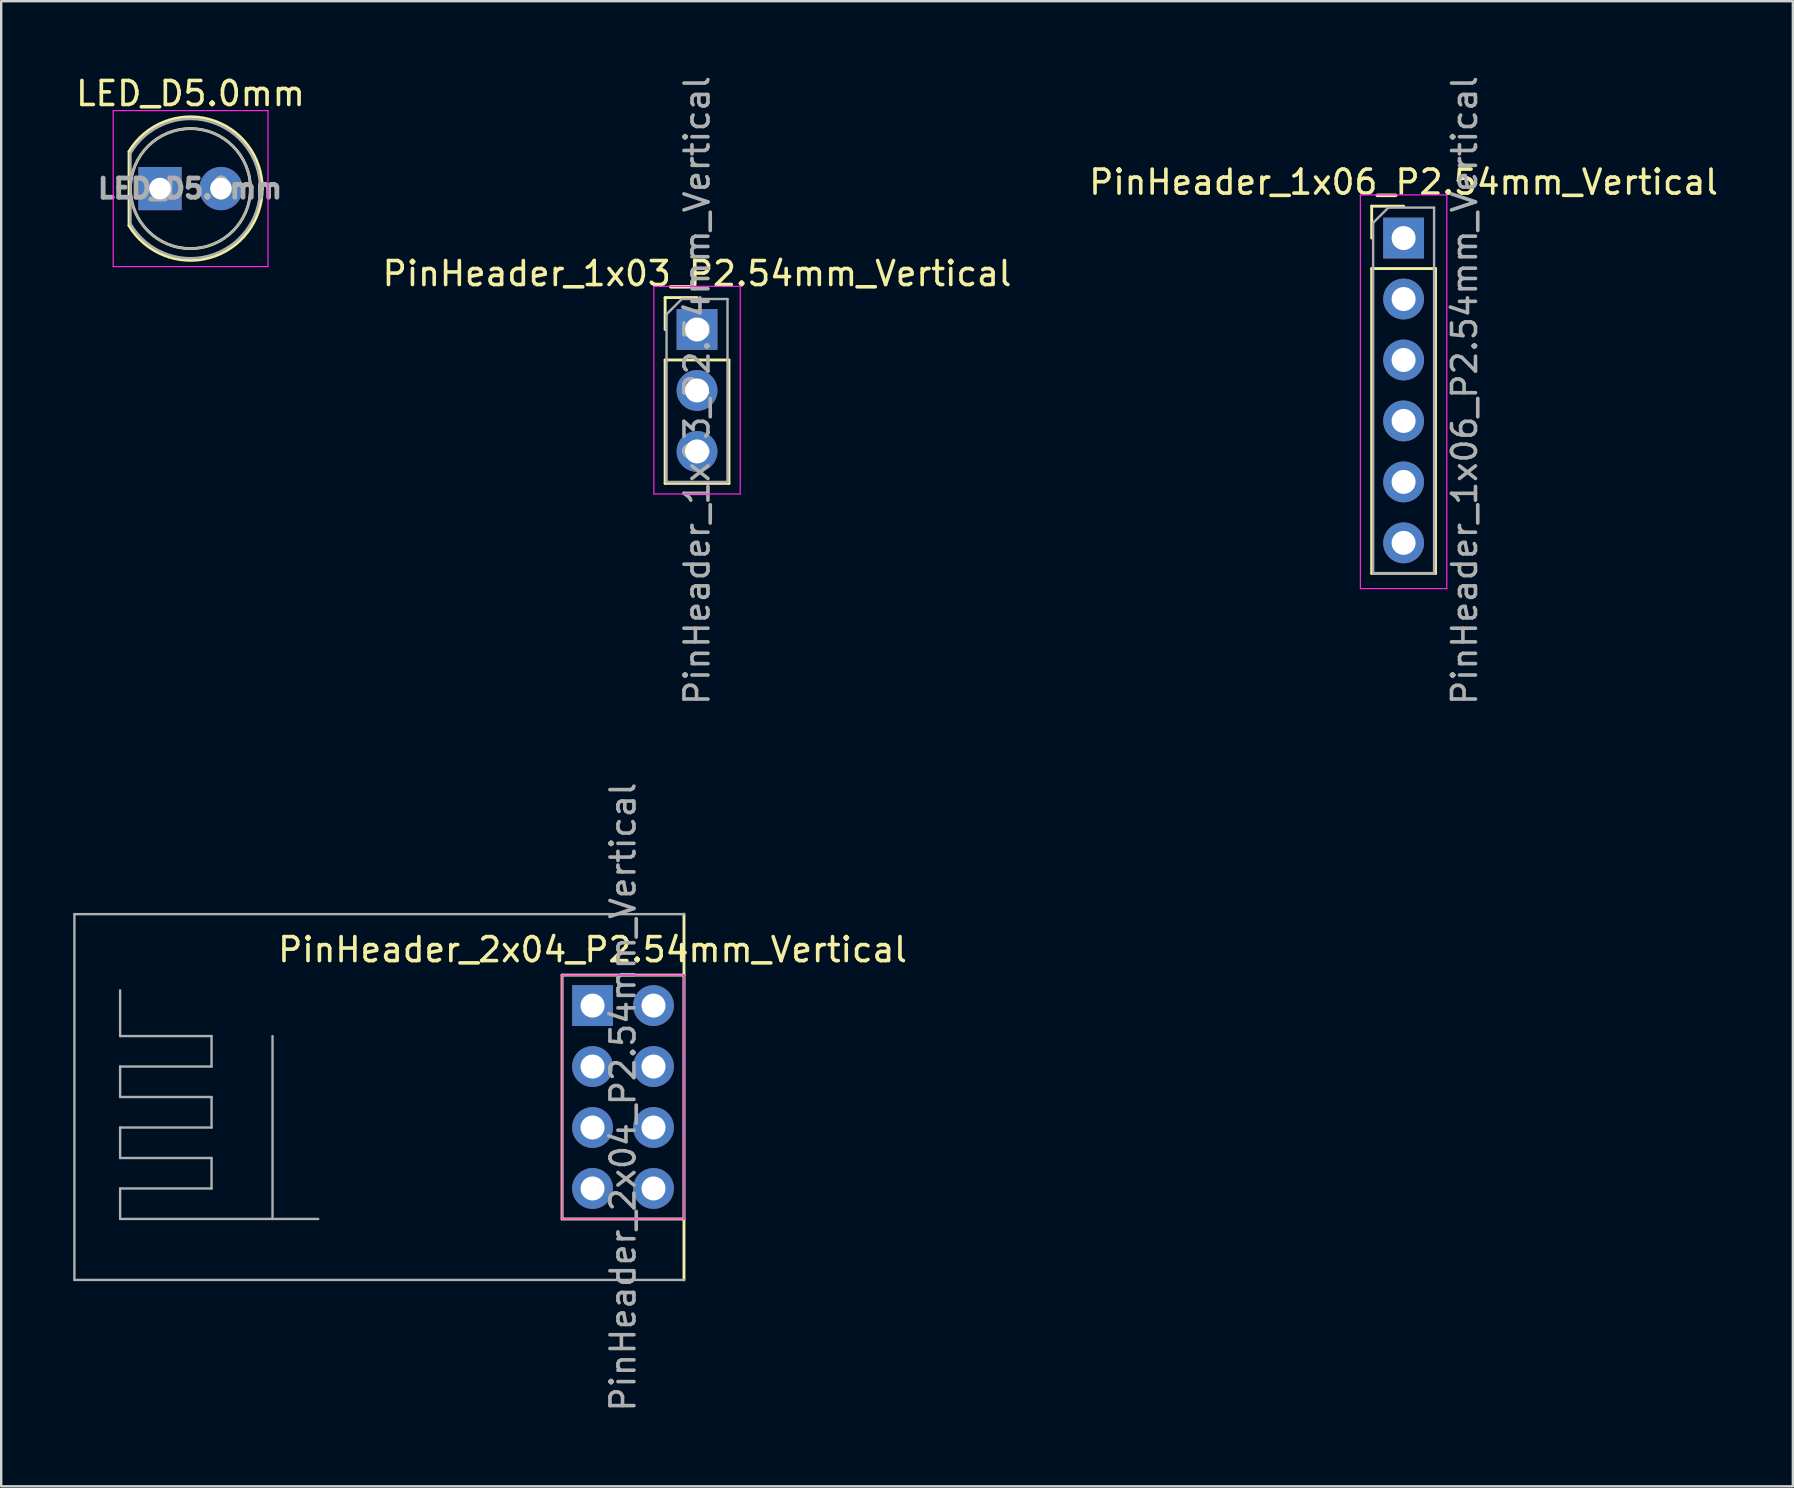
<source format=kicad_pcb>
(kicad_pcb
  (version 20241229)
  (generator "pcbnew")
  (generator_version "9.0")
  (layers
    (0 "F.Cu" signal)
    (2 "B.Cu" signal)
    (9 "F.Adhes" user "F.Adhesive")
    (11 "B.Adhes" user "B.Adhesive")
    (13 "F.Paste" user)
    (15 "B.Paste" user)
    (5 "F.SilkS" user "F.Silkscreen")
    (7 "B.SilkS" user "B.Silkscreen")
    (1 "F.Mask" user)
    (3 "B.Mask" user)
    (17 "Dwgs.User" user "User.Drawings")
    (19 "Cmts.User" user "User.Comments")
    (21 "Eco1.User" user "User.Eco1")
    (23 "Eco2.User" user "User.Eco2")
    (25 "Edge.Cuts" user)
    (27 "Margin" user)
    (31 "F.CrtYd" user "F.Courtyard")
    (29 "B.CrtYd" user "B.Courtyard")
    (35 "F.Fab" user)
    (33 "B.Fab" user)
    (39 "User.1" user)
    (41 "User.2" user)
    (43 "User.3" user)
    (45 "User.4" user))
  (footprint "PinHeader_1x06_P2.54mm_Vertical"
    (layer "F.Cu")
    (at 55.435 6.87)
    (property "Reference" "PinHeader_1x06_P2.54mm_Vertical" (at 0 -2.33 0) (layer "F.SilkS") (effects (font (size 1 1) (thickness 0.15))))
    (attr through_hole)
    (fp_line (start -1.33 -1.33) (end 0 -1.33) (stroke (width 0.12) (type solid)) (layer "F.SilkS"))
    (fp_line (start -1.33 0) (end -1.33 -1.33) (stroke (width 0.12) (type solid)) (layer "F.SilkS"))
    (fp_line (start -1.33 1.27) (end -1.33 13.97) (stroke (width 0.12) (type solid)) (layer "F.SilkS"))
    (fp_line (start -1.33 1.27) (end 1.33 1.27) (stroke (width 0.12) (type solid)) (layer "F.SilkS"))
    (fp_line (start -1.33 13.97) (end 1.33 13.97) (stroke (width 0.12) (type solid)) (layer "F.SilkS"))
    (fp_line (start 1.33 1.27) (end 1.33 13.97) (stroke (width 0.12) (type solid)) (layer "F.SilkS"))
    (fp_line (start -1.8 -1.8) (end -1.8 14.605) (stroke (width 0.05) (type solid)) (layer "F.CrtYd"))
    (fp_line (start -1.8 14.605) (end 1.8 14.605) (stroke (width 0.05) (type solid)) (layer "F.CrtYd"))
    (fp_line (start 1.8 -1.8) (end -1.8 -1.8) (stroke (width 0.05) (type solid)) (layer "F.CrtYd"))
    (fp_line (start 1.8 14.605) (end 1.8 -1.8) (stroke (width 0.05) (type solid)) (layer "F.CrtYd"))
    (fp_line (start -1.27 -0.635) (end -0.635 -1.27) (stroke (width 0.1) (type solid)) (layer "F.Fab"))
    (fp_line (start -1.27 13.97) (end -1.27 -0.635) (stroke (width 0.1) (type solid)) (layer "F.Fab"))
    (fp_line (start -0.635 -1.27) (end 1.27 -1.27) (stroke (width 0.1) (type solid)) (layer "F.Fab"))
    (fp_line (start 1.27 -1.27) (end 1.27 13.97) (stroke (width 0.1) (type solid)) (layer "F.Fab"))
    (fp_line (start 1.27 13.97) (end -1.27 13.97) (stroke (width 0.1) (type solid)) (layer "F.Fab"))
    (fp_text user "${REFERENCE}" (at 2.54 6.35 90) (layer "F.Fab") (effects (font (size 1 1) (thickness 0.15))))
    (pad "1" thru_hole rect (at 0 0) (size 1.7 1.7) (drill 1) (layers "*.Cu" "*.Mask"))
    (pad "2" thru_hole oval (at 0 2.54) (size 1.7 1.7) (drill 1) (layers "*.Cu" "*.Mask"))
    (pad "3" thru_hole oval (at 0 5.08) (size 1.7 1.7) (drill 1) (layers "*.Cu" "*.Mask"))
    (pad "4" thru_hole oval (at 0 7.62) (size 1.7 1.7) (drill 1) (layers "*.Cu" "*.Mask"))
    (pad "5" thru_hole oval (at 0 10.16) (size 1.7 1.7) (drill 1) (layers "*.Cu" "*.Mask"))
    (pad "6" thru_hole oval (at 0 12.7) (size 1.7 1.7) (drill 1) (layers "*.Cu" "*.Mask")))
  (footprint "LED_D5.0mm"
    (layer "F.Cu")
    (at 3.617 4.808)
    (property "Reference" "LED_D5.0mm" (at 1.27 -3.96 0) (layer "F.SilkS") (effects (font (size 1 1) (thickness 0.15))))
    (attr through_hole)
    (fp_line (start -1.29 -1.545) (end -1.29 1.545) (stroke (width 0.12) (type solid)) (layer "F.SilkS"))
    (fp_arc (start -1.29 -1.54483) (mid 2.072002 -2.880433) (end 4.26 0.000462) (stroke (width 0.12) (type solid)) (layer "F.SilkS"))
    (fp_arc (start 4.26 -0.000462) (mid 2.072002 2.880433) (end -1.29 1.54483) (stroke (width 0.12) (type solid)) (layer "F.SilkS"))
    (fp_circle (center 1.27 0) (end 3.77 0) (stroke (width 0.12) (type solid)) (fill no) (layer "F.SilkS"))
    (fp_line (start -1.95 -3.25) (end -1.95 3.25) (stroke (width 0.05) (type solid)) (layer "F.CrtYd"))
    (fp_line (start -1.95 3.25) (end 4.5 3.25) (stroke (width 0.05) (type solid)) (layer "F.CrtYd"))
    (fp_line (start 4.5 -3.25) (end -1.95 -3.25) (stroke (width 0.05) (type solid)) (layer "F.CrtYd"))
    (fp_line (start 4.5 3.25) (end 4.5 -3.25) (stroke (width 0.05) (type solid)) (layer "F.CrtYd"))
    (fp_line (start -1.23 -1.47) (end -1.23 1.47) (stroke (width 0.1) (type solid)) (layer "F.Fab"))
    (fp_arc (start -1.23 -1.469694) (mid 4.17 0.000016) (end -1.230016 1.469666) (stroke (width 0.1) (type solid)) (layer "F.Fab"))
    (fp_circle (center 1.27 0) (end 3.77 0) (stroke (width 0.1) (type solid)) (fill no) (layer "F.Fab"))
    (fp_text user "${REFERENCE}" (at 1.25 0 0) (layer "F.Fab") (effects (font (size 0.8 0.8) (thickness 0.2))))
    (pad "1" thru_hole rect (at 0 0) (size 1.8 1.8) (drill 0.9) (layers "*.Cu" "*.Mask"))
    (pad "2" thru_hole circle (at 2.54 0) (size 1.8 1.8) (drill 0.9) (layers "*.Cu" "*.Mask")))
  (footprint "PinHeader_2x04_P2.54mm_Vertical"
    (layer "F.Cu")
    (at 21.64 38.851)
    (property "Reference" "PinHeader_2x04_P2.54mm_Vertical" (at 0 -2.33 0) (layer "F.SilkS") (effects (font (size 1 1) (thickness 0.15))))
    (attr through_hole)
    (fp_line (start -1.27 -1.27) (end -1.27 8.89) (stroke (width 0.12) (type solid)) (layer "F.SilkS"))
    (fp_line (start -1.27 -1.27) (end 3.81 -1.27) (stroke (width 0.12) (type solid)) (layer "F.SilkS"))
    (fp_line (start -1.27 8.89) (end 3.81 8.89) (stroke (width 0.12) (type solid)) (layer "F.SilkS"))
    (fp_line (start 3.81 -3.81) (end 3.81 11.43) (stroke (width 0.12) (type solid)) (layer "F.SilkS"))
    (fp_line (start -1.27 -1.27) (end -1.27 8.89) (stroke (width 0.05) (type solid)) (layer "F.CrtYd"))
    (fp_line (start -1.27 8.89) (end 3.81 8.89) (stroke (width 0.05) (type solid)) (layer "F.CrtYd"))
    (fp_line (start 3.81 -1.27) (end -1.27 -1.27) (stroke (width 0.05) (type solid)) (layer "F.CrtYd"))
    (fp_line (start 3.81 8.89) (end 3.81 -1.27) (stroke (width 0.05) (type solid)) (layer "F.CrtYd"))
    (fp_line (start -21.59 -3.81) (end 3.81 -3.81) (stroke (width 0.1) (type solid)) (layer "F.Fab"))
    (fp_line (start -21.59 11.43) (end -21.59 -3.81) (stroke (width 0.1) (type solid)) (layer "F.Fab"))
    (fp_line (start -19.685 1.27) (end -19.685 -0.635) (stroke (width 0.1) (type default)) (layer "F.Fab"))
    (fp_line (start -19.685 2.54) (end -15.875 2.54) (stroke (width 0.1) (type default)) (layer "F.Fab"))
    (fp_line (start -19.685 3.81) (end -19.685 2.54) (stroke (width 0.1) (type default)) (layer "F.Fab"))
    (fp_line (start -19.685 5.08) (end -15.875 5.08) (stroke (width 0.1) (type default)) (layer "F.Fab"))
    (fp_line (start -19.685 6.35) (end -19.685 5.08) (stroke (width 0.1) (type default)) (layer "F.Fab"))
    (fp_line (start -19.685 7.62) (end -15.875 7.62) (stroke (width 0.1) (type default)) (layer "F.Fab"))
    (fp_line (start -19.685 8.89) (end -19.685 7.62) (stroke (width 0.1) (type default)) (layer "F.Fab"))
    (fp_line (start -15.875 1.27) (end -19.685 1.27) (stroke (width 0.1) (type default)) (layer "F.Fab"))
    (fp_line (start -15.875 2.54) (end -15.875 1.27) (stroke (width 0.1) (type default)) (layer "F.Fab"))
    (fp_line (start -15.875 3.81) (end -19.685 3.81) (stroke (width 0.1) (type default)) (layer "F.Fab"))
    (fp_line (start -15.875 5.08) (end -15.875 3.81) (stroke (width 0.1) (type default)) (layer "F.Fab"))
    (fp_line (start -15.875 6.35) (end -19.685 6.35) (stroke (width 0.1) (type default)) (layer "F.Fab"))
    (fp_line (start -15.875 7.62) (end -15.875 6.35) (stroke (width 0.1) (type default)) (layer "F.Fab"))
    (fp_line (start -13.335 1.27) (end -13.335 8.89) (stroke (width 0.1) (type default)) (layer "F.Fab"))
    (fp_line (start -11.43 8.89) (end -19.685 8.89) (stroke (width 0.1) (type default)) (layer "F.Fab"))
    (fp_line (start 3.81 -1.27) (end 3.81 8.89) (stroke (width 0.1) (type solid)) (layer "F.Fab"))
    (fp_line (start 3.81 11.43) (end -21.59 11.43) (stroke (width 0.1) (type solid)) (layer "F.Fab"))
    (fp_text user "${REFERENCE}" (at 1.27 3.81 90) (layer "F.Fab") (effects (font (size 1 1) (thickness 0.15))))
    (pad "1" thru_hole rect (at 0 0) (size 1.7 1.7) (drill 1) (layers "*.Cu" "*.Mask"))
    (pad "2" thru_hole oval (at 0 2.54) (size 1.7 1.7) (drill 1) (layers "*.Cu" "*.Mask"))
    (pad "3" thru_hole oval (at 0 5.08) (size 1.7 1.7) (drill 1) (layers "*.Cu" "*.Mask"))
    (pad "4" thru_hole oval (at 0 7.62) (size 1.7 1.7) (drill 1) (layers "*.Cu" "*.Mask"))
    (pad "5" thru_hole oval (at 2.54 7.62) (size 1.7 1.7) (drill 1) (layers "*.Cu" "*.Mask"))
    (pad "6" thru_hole oval (at 2.54 5.08) (size 1.7 1.7) (drill 1) (layers "*.Cu" "*.Mask"))
    (pad "7" thru_hole oval (at 2.54 2.54) (size 1.7 1.7) (drill 1) (layers "*.Cu" "*.Mask"))
    (pad "8" thru_hole oval (at 2.54 0) (size 1.7 1.7) (drill 1) (layers "*.Cu" "*.Mask")))
  (footprint "PinHeader_1x03_P2.54mm_Vertical"
    (layer "F.Cu")
    (at 25.994 10.68)
    (property "Reference" "PinHeader_1x03_P2.54mm_Vertical" (at 0 -2.33 0) (layer "F.SilkS") (effects (font (size 1 1) (thickness 0.15))))
    (attr through_hole)
    (fp_line (start -1.33 -1.33) (end 0 -1.33) (stroke (width 0.12) (type solid)) (layer "F.SilkS"))
    (fp_line (start -1.33 0) (end -1.33 -1.33) (stroke (width 0.12) (type solid)) (layer "F.SilkS"))
    (fp_line (start -1.33 1.27) (end -1.33 6.41) (stroke (width 0.12) (type solid)) (layer "F.SilkS"))
    (fp_line (start -1.33 1.27) (end 1.33 1.27) (stroke (width 0.12) (type solid)) (layer "F.SilkS"))
    (fp_line (start -1.33 6.41) (end 1.33 6.41) (stroke (width 0.12) (type solid)) (layer "F.SilkS"))
    (fp_line (start 1.33 1.27) (end 1.33 6.41) (stroke (width 0.12) (type solid)) (layer "F.SilkS"))
    (fp_line (start -1.8 -1.8) (end -1.8 6.85) (stroke (width 0.05) (type solid)) (layer "F.CrtYd"))
    (fp_line (start -1.8 6.85) (end 1.8 6.85) (stroke (width 0.05) (type solid)) (layer "F.CrtYd"))
    (fp_line (start 1.8 -1.8) (end -1.8 -1.8) (stroke (width 0.05) (type solid)) (layer "F.CrtYd"))
    (fp_line (start 1.8 6.85) (end 1.8 -1.8) (stroke (width 0.05) (type solid)) (layer "F.CrtYd"))
    (fp_line (start -1.27 -0.635) (end -0.635 -1.27) (stroke (width 0.1) (type solid)) (layer "F.Fab"))
    (fp_line (start -1.27 6.35) (end -1.27 -0.635) (stroke (width 0.1) (type solid)) (layer "F.Fab"))
    (fp_line (start -0.635 -1.27) (end 1.27 -1.27) (stroke (width 0.1) (type solid)) (layer "F.Fab"))
    (fp_line (start 1.27 -1.27) (end 1.27 6.35) (stroke (width 0.1) (type solid)) (layer "F.Fab"))
    (fp_line (start 1.27 6.35) (end -1.27 6.35) (stroke (width 0.1) (type solid)) (layer "F.Fab"))
    (fp_text user "${REFERENCE}" (at 0 2.54 90) (layer "F.Fab") (effects (font (size 1 1) (thickness 0.15))))
    (pad "1" thru_hole rect (at 0 0) (size 1.7 1.7) (drill 1) (layers "*.Cu" "*.Mask"))
    (pad "2" thru_hole oval (at 0 2.54) (size 1.7 1.7) (drill 1) (layers "*.Cu" "*.Mask"))
    (pad "3" thru_hole oval (at 0 5.08) (size 1.7 1.7) (drill 1) (layers "*.Cu" "*.Mask")))
  (gr_rect
    (start -3 -3)
    (end 71.655 58.881)
    (stroke (width 0.1) (type default))
    (fill no)
    (layer "Edge.Cuts")))
</source>
